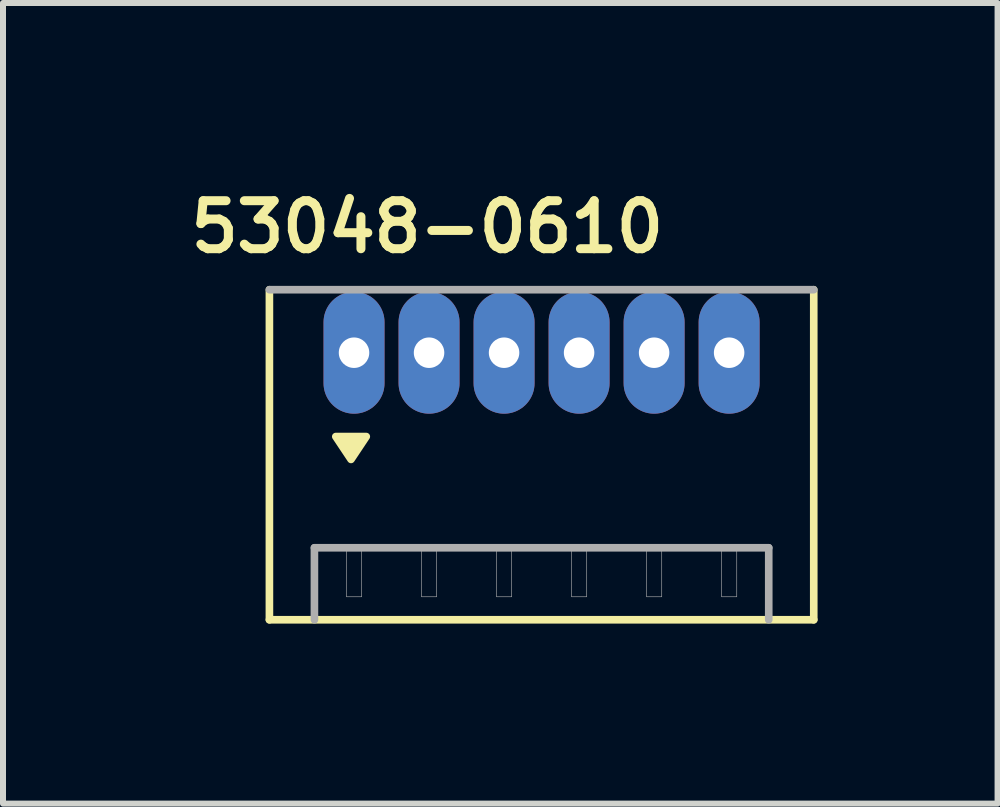
<source format=kicad_pcb>
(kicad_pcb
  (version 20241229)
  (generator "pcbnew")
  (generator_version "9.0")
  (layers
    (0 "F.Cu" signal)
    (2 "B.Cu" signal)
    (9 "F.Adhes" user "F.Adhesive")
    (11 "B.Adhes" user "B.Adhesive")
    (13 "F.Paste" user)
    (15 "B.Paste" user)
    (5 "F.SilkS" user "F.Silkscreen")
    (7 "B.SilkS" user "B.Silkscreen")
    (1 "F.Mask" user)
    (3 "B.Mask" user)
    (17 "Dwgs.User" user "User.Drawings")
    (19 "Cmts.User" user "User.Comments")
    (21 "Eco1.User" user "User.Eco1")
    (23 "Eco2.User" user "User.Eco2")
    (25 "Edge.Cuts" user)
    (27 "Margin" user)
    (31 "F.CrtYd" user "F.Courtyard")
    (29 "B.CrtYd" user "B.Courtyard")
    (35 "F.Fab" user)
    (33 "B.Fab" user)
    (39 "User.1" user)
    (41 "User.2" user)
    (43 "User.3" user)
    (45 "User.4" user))
  (footprint "53048-0610"
    (layer "F.Cu")
    (at 5.974 2.827)
    (property "Reference" "53048-0610" (at -1.905 -2.095 0) (layer "F.SilkS") (effects (font (size 0.8 0.8) (thickness 0.15))))
    (attr through_hole)
    (fp_line (start -4.535 4.45) (end -4.535 -1.05) (stroke (width 0.127) (type solid)) (layer "F.SilkS"))
    (fp_line (start 4.535 -1.05) (end 4.535 4.45) (stroke (width 0.127) (type solid)) (layer "F.SilkS"))
    (fp_line (start 4.535 4.45) (end -4.535 4.45) (stroke (width 0.127) (type solid)) (layer "F.SilkS"))
    (fp_poly (pts (xy -3.429 1.397) (xy -2.921 1.397) (xy -3.175 1.778)) (stroke (width 0.127) (type solid)) (fill yes) (layer "F.SilkS"))
    (fp_line (start -4.535 -1.05) (end 4.535 -1.05) (stroke (width 0.127) (type solid)) (layer "F.Fab"))
    (fp_line (start -3.785 3.25) (end 3.785 3.25) (stroke (width 0.127) (type solid)) (layer "F.Fab"))
    (fp_line (start -3.785 4.45) (end -3.785 3.25) (stroke (width 0.127) (type solid)) (layer "F.Fab"))
    (fp_line (start 3.785 3.25) (end 3.785 4.45) (stroke (width 0.127) (type solid)) (layer "F.Fab"))
    (fp_poly (pts (xy -3.252 3.3) (xy -2.998 3.3) (xy -2.998 4.067) (xy -3.252 4.067)) (stroke (width 0.01) (type solid)) (fill no) (layer "F.Fab"))
    (fp_poly (pts (xy -2.002 3.3) (xy -1.748 3.3) (xy -1.748 4.067) (xy -2.002 4.067)) (stroke (width 0.01) (type solid)) (fill no) (layer "F.Fab"))
    (fp_poly (pts (xy -0.752 3.3) (xy -0.498 3.3) (xy -0.498 4.067) (xy -0.752 4.067)) (stroke (width 0.01) (type solid)) (fill no) (layer "F.Fab"))
    (fp_poly (pts (xy 0.498 3.3) (xy 0.752 3.3) (xy 0.752 4.067) (xy 0.498 4.067)) (stroke (width 0.01) (type solid)) (fill no) (layer "F.Fab"))
    (fp_poly (pts (xy 1.748 3.3) (xy 2.002 3.3) (xy 2.002 4.067) (xy 1.748 4.067)) (stroke (width 0.01) (type solid)) (fill no) (layer "F.Fab"))
    (fp_poly (pts (xy 2.998 3.3) (xy 3.252 3.3) (xy 3.252 4.067) (xy 2.998 4.067)) (stroke (width 0.01) (type solid)) (fill no) (layer "F.Fab"))
    (pad "1" thru_hole oval (at -3.125 0) (size 1.016 2.032) (drill 0.508) (layers "*.Cu" "*.Mask"))
    (pad "2" thru_hole oval (at -1.875 0) (size 1.016 2.032) (drill 0.508) (layers "*.Cu" "*.Mask"))
    (pad "3" thru_hole oval (at -0.625 0) (size 1.016 2.032) (drill 0.508) (layers "*.Cu" "*.Mask"))
    (pad "4" thru_hole oval (at 0.625 0) (size 1.016 2.032) (drill 0.508) (layers "*.Cu" "*.Mask"))
    (pad "5" thru_hole oval (at 1.875 0) (size 1.016 2.032) (drill 0.508) (layers "*.Cu" "*.Mask"))
    (pad "6" thru_hole oval (at 3.125 0) (size 1.016 2.032) (drill 0.508) (layers "*.Cu" "*.Mask")))
  (gr_rect
    (start -3 -3)
    (end 13.572 10.34)
    (stroke (width 0.1) (type default))
    (fill no)
    (layer "Edge.Cuts")))
</source>
